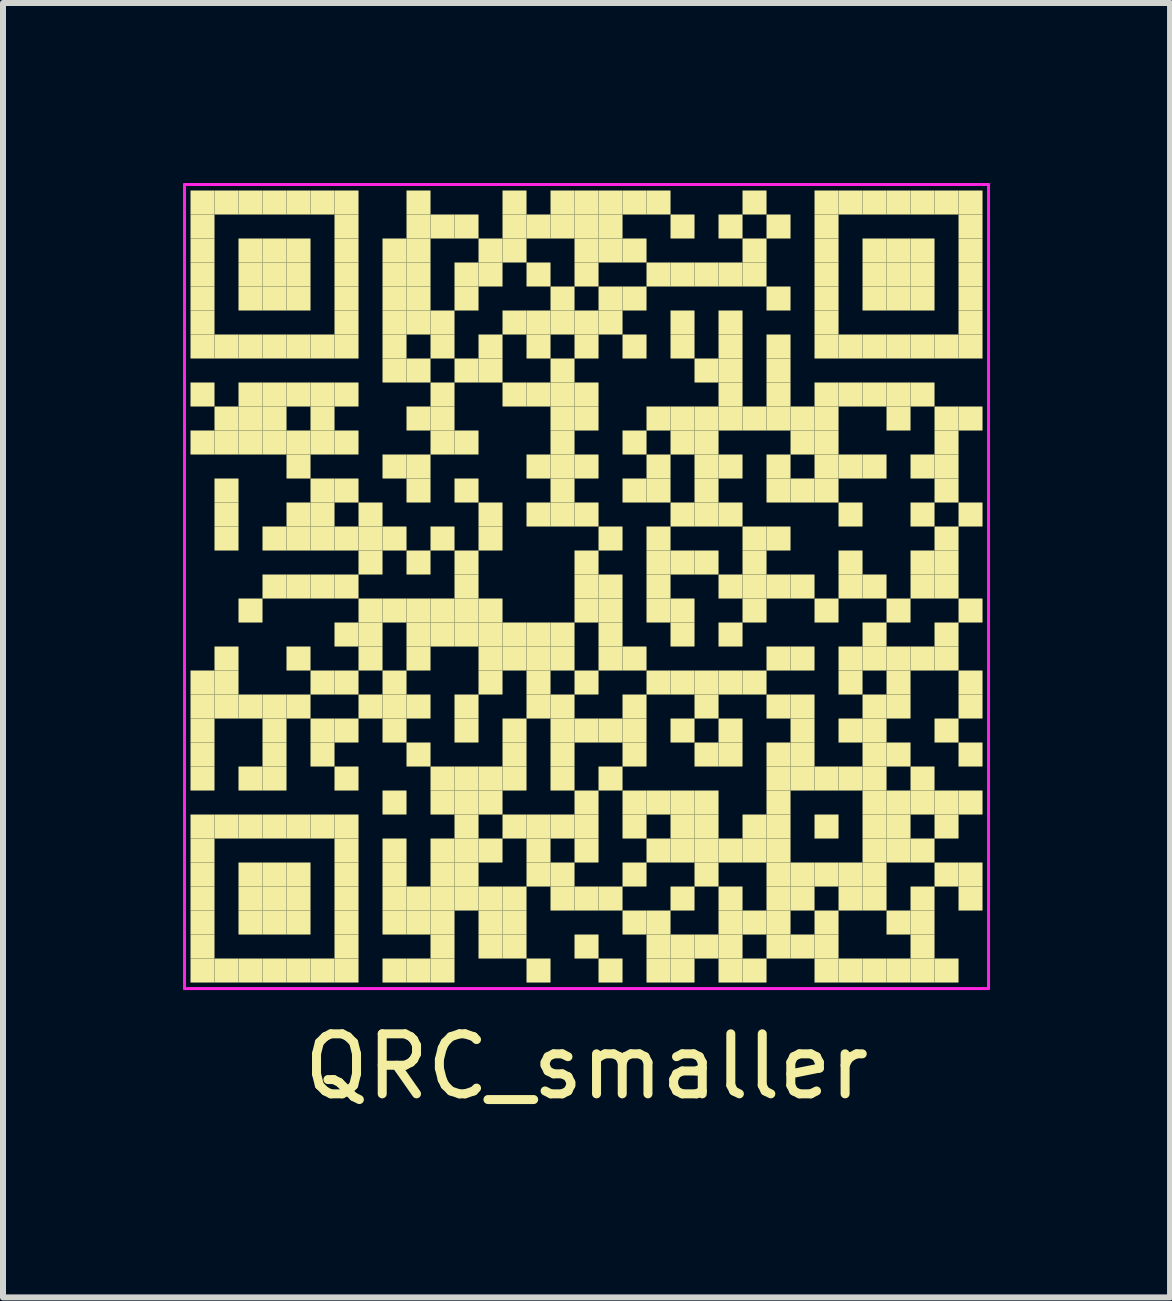
<source format=kicad_pcb>
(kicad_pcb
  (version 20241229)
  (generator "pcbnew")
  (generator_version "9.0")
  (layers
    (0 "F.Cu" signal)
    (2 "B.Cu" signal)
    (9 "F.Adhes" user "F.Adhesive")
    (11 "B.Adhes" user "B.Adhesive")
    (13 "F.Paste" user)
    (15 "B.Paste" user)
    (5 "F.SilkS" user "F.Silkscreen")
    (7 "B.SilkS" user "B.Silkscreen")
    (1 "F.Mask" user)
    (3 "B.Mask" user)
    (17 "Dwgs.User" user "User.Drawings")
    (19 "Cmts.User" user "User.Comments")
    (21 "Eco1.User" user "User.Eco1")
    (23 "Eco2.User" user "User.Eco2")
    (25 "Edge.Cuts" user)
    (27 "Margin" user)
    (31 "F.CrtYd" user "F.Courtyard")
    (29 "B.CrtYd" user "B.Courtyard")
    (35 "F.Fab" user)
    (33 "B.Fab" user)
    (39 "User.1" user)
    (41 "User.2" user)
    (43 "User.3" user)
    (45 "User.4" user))
  (footprint "QRC_smaller"
    (layer "F.Cu")
    (at 6.725 6.725)
    (property "Reference" "QRC_smaller" (at 0 8 0) (layer "F.SilkS") (effects (font (size 1 1) (thickness 0.15))))
    (fp_rect (start -6.6 -6.6) (end -6.2 -6.2) (stroke (width 0) (type solid)) (fill yes) (layer "F.SilkS"))
    (fp_rect (start -6.6 -6.2) (end -6.2 -5.8) (stroke (width 0) (type solid)) (fill yes) (layer "F.SilkS"))
    (fp_rect (start -6.6 -5.8) (end -6.2 -5.4) (stroke (width 0) (type solid)) (fill yes) (layer "F.SilkS"))
    (fp_rect (start -6.6 -5.4) (end -6.2 -5) (stroke (width 0) (type solid)) (fill yes) (layer "F.SilkS"))
    (fp_rect (start -6.6 -5) (end -6.2 -4.6) (stroke (width 0) (type solid)) (fill yes) (layer "F.SilkS"))
    (fp_rect (start -6.6 -4.6) (end -6.2 -4.2) (stroke (width 0) (type solid)) (fill yes) (layer "F.SilkS"))
    (fp_rect (start -6.6 -4.2) (end -6.2 -3.8) (stroke (width 0) (type solid)) (fill yes) (layer "F.SilkS"))
    (fp_rect (start -6.6 -3.4) (end -6.2 -3) (stroke (width 0) (type solid)) (fill yes) (layer "F.SilkS"))
    (fp_rect (start -6.6 -2.6) (end -6.2 -2.2) (stroke (width 0) (type solid)) (fill yes) (layer "F.SilkS"))
    (fp_rect (start -6.6 1.4) (end -6.2 1.8) (stroke (width 0) (type solid)) (fill yes) (layer "F.SilkS"))
    (fp_rect (start -6.6 1.8) (end -6.2 2.2) (stroke (width 0) (type solid)) (fill yes) (layer "F.SilkS"))
    (fp_rect (start -6.6 2.2) (end -6.2 2.6) (stroke (width 0) (type solid)) (fill yes) (layer "F.SilkS"))
    (fp_rect (start -6.6 2.6) (end -6.2 3) (stroke (width 0) (type solid)) (fill yes) (layer "F.SilkS"))
    (fp_rect (start -6.6 3) (end -6.2 3.4) (stroke (width 0) (type solid)) (fill yes) (layer "F.SilkS"))
    (fp_rect (start -6.6 3.8) (end -6.2 4.2) (stroke (width 0) (type solid)) (fill yes) (layer "F.SilkS"))
    (fp_rect (start -6.6 4.2) (end -6.2 4.6) (stroke (width 0) (type solid)) (fill yes) (layer "F.SilkS"))
    (fp_rect (start -6.6 4.6) (end -6.2 5) (stroke (width 0) (type solid)) (fill yes) (layer "F.SilkS"))
    (fp_rect (start -6.6 5) (end -6.2 5.4) (stroke (width 0) (type solid)) (fill yes) (layer "F.SilkS"))
    (fp_rect (start -6.6 5.4) (end -6.2 5.8) (stroke (width 0) (type solid)) (fill yes) (layer "F.SilkS"))
    (fp_rect (start -6.6 5.8) (end -6.2 6.2) (stroke (width 0) (type solid)) (fill yes) (layer "F.SilkS"))
    (fp_rect (start -6.6 6.2) (end -6.2 6.6) (stroke (width 0) (type solid)) (fill yes) (layer "F.SilkS"))
    (fp_rect (start -6.2 -6.6) (end -5.8 -6.2) (stroke (width 0) (type solid)) (fill yes) (layer "F.SilkS"))
    (fp_rect (start -6.2 -4.2) (end -5.8 -3.8) (stroke (width 0) (type solid)) (fill yes) (layer "F.SilkS"))
    (fp_rect (start -6.2 -3) (end -5.8 -2.6) (stroke (width 0) (type solid)) (fill yes) (layer "F.SilkS"))
    (fp_rect (start -6.2 -2.6) (end -5.8 -2.2) (stroke (width 0) (type solid)) (fill yes) (layer "F.SilkS"))
    (fp_rect (start -6.2 -1.8) (end -5.8 -1.4) (stroke (width 0) (type solid)) (fill yes) (layer "F.SilkS"))
    (fp_rect (start -6.2 -1.4) (end -5.8 -1) (stroke (width 0) (type solid)) (fill yes) (layer "F.SilkS"))
    (fp_rect (start -6.2 -1) (end -5.8 -0.6) (stroke (width 0) (type solid)) (fill yes) (layer "F.SilkS"))
    (fp_rect (start -6.2 1) (end -5.8 1.4) (stroke (width 0) (type solid)) (fill yes) (layer "F.SilkS"))
    (fp_rect (start -6.2 1.4) (end -5.8 1.8) (stroke (width 0) (type solid)) (fill yes) (layer "F.SilkS"))
    (fp_rect (start -6.2 1.8) (end -5.8 2.2) (stroke (width 0) (type solid)) (fill yes) (layer "F.SilkS"))
    (fp_rect (start -6.2 3.8) (end -5.8 4.2) (stroke (width 0) (type solid)) (fill yes) (layer "F.SilkS"))
    (fp_rect (start -6.2 6.2) (end -5.8 6.6) (stroke (width 0) (type solid)) (fill yes) (layer "F.SilkS"))
    (fp_rect (start -5.8 -6.6) (end -5.4 -6.2) (stroke (width 0) (type solid)) (fill yes) (layer "F.SilkS"))
    (fp_rect (start -5.8 -5.8) (end -5.4 -5.4) (stroke (width 0) (type solid)) (fill yes) (layer "F.SilkS"))
    (fp_rect (start -5.8 -5.4) (end -5.4 -5) (stroke (width 0) (type solid)) (fill yes) (layer "F.SilkS"))
    (fp_rect (start -5.8 -5) (end -5.4 -4.6) (stroke (width 0) (type solid)) (fill yes) (layer "F.SilkS"))
    (fp_rect (start -5.8 -4.2) (end -5.4 -3.8) (stroke (width 0) (type solid)) (fill yes) (layer "F.SilkS"))
    (fp_rect (start -5.8 -3.4) (end -5.4 -3) (stroke (width 0) (type solid)) (fill yes) (layer "F.SilkS"))
    (fp_rect (start -5.8 -3) (end -5.4 -2.6) (stroke (width 0) (type solid)) (fill yes) (layer "F.SilkS"))
    (fp_rect (start -5.8 -2.6) (end -5.4 -2.2) (stroke (width 0) (type solid)) (fill yes) (layer "F.SilkS"))
    (fp_rect (start -5.8 0.2) (end -5.4 0.6) (stroke (width 0) (type solid)) (fill yes) (layer "F.SilkS"))
    (fp_rect (start -5.8 1.8) (end -5.4 2.2) (stroke (width 0) (type solid)) (fill yes) (layer "F.SilkS"))
    (fp_rect (start -5.8 3) (end -5.4 3.4) (stroke (width 0) (type solid)) (fill yes) (layer "F.SilkS"))
    (fp_rect (start -5.8 3.8) (end -5.4 4.2) (stroke (width 0) (type solid)) (fill yes) (layer "F.SilkS"))
    (fp_rect (start -5.8 4.6) (end -5.4 5) (stroke (width 0) (type solid)) (fill yes) (layer "F.SilkS"))
    (fp_rect (start -5.8 5) (end -5.4 5.4) (stroke (width 0) (type solid)) (fill yes) (layer "F.SilkS"))
    (fp_rect (start -5.8 5.4) (end -5.4 5.8) (stroke (width 0) (type solid)) (fill yes) (layer "F.SilkS"))
    (fp_rect (start -5.8 6.2) (end -5.4 6.6) (stroke (width 0) (type solid)) (fill yes) (layer "F.SilkS"))
    (fp_rect (start -5.4 -6.6) (end -5 -6.2) (stroke (width 0) (type solid)) (fill yes) (layer "F.SilkS"))
    (fp_rect (start -5.4 -5.8) (end -5 -5.4) (stroke (width 0) (type solid)) (fill yes) (layer "F.SilkS"))
    (fp_rect (start -5.4 -5.4) (end -5 -5) (stroke (width 0) (type solid)) (fill yes) (layer "F.SilkS"))
    (fp_rect (start -5.4 -5) (end -5 -4.6) (stroke (width 0) (type solid)) (fill yes) (layer "F.SilkS"))
    (fp_rect (start -5.4 -4.2) (end -5 -3.8) (stroke (width 0) (type solid)) (fill yes) (layer "F.SilkS"))
    (fp_rect (start -5.4 -3.4) (end -5 -3) (stroke (width 0) (type solid)) (fill yes) (layer "F.SilkS"))
    (fp_rect (start -5.4 -3) (end -5 -2.6) (stroke (width 0) (type solid)) (fill yes) (layer "F.SilkS"))
    (fp_rect (start -5.4 -2.6) (end -5 -2.2) (stroke (width 0) (type solid)) (fill yes) (layer "F.SilkS"))
    (fp_rect (start -5.4 -1) (end -5 -0.6) (stroke (width 0) (type solid)) (fill yes) (layer "F.SilkS"))
    (fp_rect (start -5.4 -0.2) (end -5 0.2) (stroke (width 0) (type solid)) (fill yes) (layer "F.SilkS"))
    (fp_rect (start -5.4 1.8) (end -5 2.2) (stroke (width 0) (type solid)) (fill yes) (layer "F.SilkS"))
    (fp_rect (start -5.4 2.2) (end -5 2.6) (stroke (width 0) (type solid)) (fill yes) (layer "F.SilkS"))
    (fp_rect (start -5.4 2.6) (end -5 3) (stroke (width 0) (type solid)) (fill yes) (layer "F.SilkS"))
    (fp_rect (start -5.4 3) (end -5 3.4) (stroke (width 0) (type solid)) (fill yes) (layer "F.SilkS"))
    (fp_rect (start -5.4 3.8) (end -5 4.2) (stroke (width 0) (type solid)) (fill yes) (layer "F.SilkS"))
    (fp_rect (start -5.4 4.6) (end -5 5) (stroke (width 0) (type solid)) (fill yes) (layer "F.SilkS"))
    (fp_rect (start -5.4 5) (end -5 5.4) (stroke (width 0) (type solid)) (fill yes) (layer "F.SilkS"))
    (fp_rect (start -5.4 5.4) (end -5 5.8) (stroke (width 0) (type solid)) (fill yes) (layer "F.SilkS"))
    (fp_rect (start -5.4 6.2) (end -5 6.6) (stroke (width 0) (type solid)) (fill yes) (layer "F.SilkS"))
    (fp_rect (start -5 -6.6) (end -4.6 -6.2) (stroke (width 0) (type solid)) (fill yes) (layer "F.SilkS"))
    (fp_rect (start -5 -5.8) (end -4.6 -5.4) (stroke (width 0) (type solid)) (fill yes) (layer "F.SilkS"))
    (fp_rect (start -5 -5.4) (end -4.6 -5) (stroke (width 0) (type solid)) (fill yes) (layer "F.SilkS"))
    (fp_rect (start -5 -5) (end -4.6 -4.6) (stroke (width 0) (type solid)) (fill yes) (layer "F.SilkS"))
    (fp_rect (start -5 -4.2) (end -4.6 -3.8) (stroke (width 0) (type solid)) (fill yes) (layer "F.SilkS"))
    (fp_rect (start -5 -3.4) (end -4.6 -3) (stroke (width 0) (type solid)) (fill yes) (layer "F.SilkS"))
    (fp_rect (start -5 -2.6) (end -4.6 -2.2) (stroke (width 0) (type solid)) (fill yes) (layer "F.SilkS"))
    (fp_rect (start -5 -2.2) (end -4.6 -1.8) (stroke (width 0) (type solid)) (fill yes) (layer "F.SilkS"))
    (fp_rect (start -5 -1.4) (end -4.6 -1) (stroke (width 0) (type solid)) (fill yes) (layer "F.SilkS"))
    (fp_rect (start -5 -1) (end -4.6 -0.6) (stroke (width 0) (type solid)) (fill yes) (layer "F.SilkS"))
    (fp_rect (start -5 -0.2) (end -4.6 0.2) (stroke (width 0) (type solid)) (fill yes) (layer "F.SilkS"))
    (fp_rect (start -5 1) (end -4.6 1.4) (stroke (width 0) (type solid)) (fill yes) (layer "F.SilkS"))
    (fp_rect (start -5 1.8) (end -4.6 2.2) (stroke (width 0) (type solid)) (fill yes) (layer "F.SilkS"))
    (fp_rect (start -5 3.8) (end -4.6 4.2) (stroke (width 0) (type solid)) (fill yes) (layer "F.SilkS"))
    (fp_rect (start -5 4.6) (end -4.6 5) (stroke (width 0) (type solid)) (fill yes) (layer "F.SilkS"))
    (fp_rect (start -5 5) (end -4.6 5.4) (stroke (width 0) (type solid)) (fill yes) (layer "F.SilkS"))
    (fp_rect (start -5 5.4) (end -4.6 5.8) (stroke (width 0) (type solid)) (fill yes) (layer "F.SilkS"))
    (fp_rect (start -5 6.2) (end -4.6 6.6) (stroke (width 0) (type solid)) (fill yes) (layer "F.SilkS"))
    (fp_rect (start -4.6 -6.6) (end -4.2 -6.2) (stroke (width 0) (type solid)) (fill yes) (layer "F.SilkS"))
    (fp_rect (start -4.6 -4.2) (end -4.2 -3.8) (stroke (width 0) (type solid)) (fill yes) (layer "F.SilkS"))
    (fp_rect (start -4.6 -3.4) (end -4.2 -3) (stroke (width 0) (type solid)) (fill yes) (layer "F.SilkS"))
    (fp_rect (start -4.6 -3) (end -4.2 -2.6) (stroke (width 0) (type solid)) (fill yes) (layer "F.SilkS"))
    (fp_rect (start -4.6 -2.6) (end -4.2 -2.2) (stroke (width 0) (type solid)) (fill yes) (layer "F.SilkS"))
    (fp_rect (start -4.6 -1.8) (end -4.2 -1.4) (stroke (width 0) (type solid)) (fill yes) (layer "F.SilkS"))
    (fp_rect (start -4.6 -1.4) (end -4.2 -1) (stroke (width 0) (type solid)) (fill yes) (layer "F.SilkS"))
    (fp_rect (start -4.6 -1) (end -4.2 -0.6) (stroke (width 0) (type solid)) (fill yes) (layer "F.SilkS"))
    (fp_rect (start -4.6 -0.2) (end -4.2 0.2) (stroke (width 0) (type solid)) (fill yes) (layer "F.SilkS"))
    (fp_rect (start -4.6 1.4) (end -4.2 1.8) (stroke (width 0) (type solid)) (fill yes) (layer "F.SilkS"))
    (fp_rect (start -4.6 2.2) (end -4.2 2.6) (stroke (width 0) (type solid)) (fill yes) (layer "F.SilkS"))
    (fp_rect (start -4.6 2.6) (end -4.2 3) (stroke (width 0) (type solid)) (fill yes) (layer "F.SilkS"))
    (fp_rect (start -4.6 3.8) (end -4.2 4.2) (stroke (width 0) (type solid)) (fill yes) (layer "F.SilkS"))
    (fp_rect (start -4.6 6.2) (end -4.2 6.6) (stroke (width 0) (type solid)) (fill yes) (layer "F.SilkS"))
    (fp_rect (start -4.2 -6.6) (end -3.8 -6.2) (stroke (width 0) (type solid)) (fill yes) (layer "F.SilkS"))
    (fp_rect (start -4.2 -6.2) (end -3.8 -5.8) (stroke (width 0) (type solid)) (fill yes) (layer "F.SilkS"))
    (fp_rect (start -4.2 -5.8) (end -3.8 -5.4) (stroke (width 0) (type solid)) (fill yes) (layer "F.SilkS"))
    (fp_rect (start -4.2 -5.4) (end -3.8 -5) (stroke (width 0) (type solid)) (fill yes) (layer "F.SilkS"))
    (fp_rect (start -4.2 -5) (end -3.8 -4.6) (stroke (width 0) (type solid)) (fill yes) (layer "F.SilkS"))
    (fp_rect (start -4.2 -4.6) (end -3.8 -4.2) (stroke (width 0) (type solid)) (fill yes) (layer "F.SilkS"))
    (fp_rect (start -4.2 -4.2) (end -3.8 -3.8) (stroke (width 0) (type solid)) (fill yes) (layer "F.SilkS"))
    (fp_rect (start -4.2 -3.4) (end -3.8 -3) (stroke (width 0) (type solid)) (fill yes) (layer "F.SilkS"))
    (fp_rect (start -4.2 -2.6) (end -3.8 -2.2) (stroke (width 0) (type solid)) (fill yes) (layer "F.SilkS"))
    (fp_rect (start -4.2 -1.8) (end -3.8 -1.4) (stroke (width 0) (type solid)) (fill yes) (layer "F.SilkS"))
    (fp_rect (start -4.2 -1) (end -3.8 -0.6) (stroke (width 0) (type solid)) (fill yes) (layer "F.SilkS"))
    (fp_rect (start -4.2 -0.2) (end -3.8 0.2) (stroke (width 0) (type solid)) (fill yes) (layer "F.SilkS"))
    (fp_rect (start -4.2 0.6) (end -3.8 1) (stroke (width 0) (type solid)) (fill yes) (layer "F.SilkS"))
    (fp_rect (start -4.2 1.4) (end -3.8 1.8) (stroke (width 0) (type solid)) (fill yes) (layer "F.SilkS"))
    (fp_rect (start -4.2 2.2) (end -3.8 2.6) (stroke (width 0) (type solid)) (fill yes) (layer "F.SilkS"))
    (fp_rect (start -4.2 3) (end -3.8 3.4) (stroke (width 0) (type solid)) (fill yes) (layer "F.SilkS"))
    (fp_rect (start -4.2 3.8) (end -3.8 4.2) (stroke (width 0) (type solid)) (fill yes) (layer "F.SilkS"))
    (fp_rect (start -4.2 4.2) (end -3.8 4.6) (stroke (width 0) (type solid)) (fill yes) (layer "F.SilkS"))
    (fp_rect (start -4.2 4.6) (end -3.8 5) (stroke (width 0) (type solid)) (fill yes) (layer "F.SilkS"))
    (fp_rect (start -4.2 5) (end -3.8 5.4) (stroke (width 0) (type solid)) (fill yes) (layer "F.SilkS"))
    (fp_rect (start -4.2 5.4) (end -3.8 5.8) (stroke (width 0) (type solid)) (fill yes) (layer "F.SilkS"))
    (fp_rect (start -4.2 5.8) (end -3.8 6.2) (stroke (width 0) (type solid)) (fill yes) (layer "F.SilkS"))
    (fp_rect (start -4.2 6.2) (end -3.8 6.6) (stroke (width 0) (type solid)) (fill yes) (layer "F.SilkS"))
    (fp_rect (start -3.8 -1.4) (end -3.4 -1) (stroke (width 0) (type solid)) (fill yes) (layer "F.SilkS"))
    (fp_rect (start -3.8 -1) (end -3.4 -0.6) (stroke (width 0) (type solid)) (fill yes) (layer "F.SilkS"))
    (fp_rect (start -3.8 -0.6) (end -3.4 -0.2) (stroke (width 0) (type solid)) (fill yes) (layer "F.SilkS"))
    (fp_rect (start -3.8 0.2) (end -3.4 0.6) (stroke (width 0) (type solid)) (fill yes) (layer "F.SilkS"))
    (fp_rect (start -3.8 0.6) (end -3.4 1) (stroke (width 0) (type solid)) (fill yes) (layer "F.SilkS"))
    (fp_rect (start -3.8 1) (end -3.4 1.4) (stroke (width 0) (type solid)) (fill yes) (layer "F.SilkS"))
    (fp_rect (start -3.8 1.8) (end -3.4 2.2) (stroke (width 0) (type solid)) (fill yes) (layer "F.SilkS"))
    (fp_rect (start -3.4 -5.8) (end -3 -5.4) (stroke (width 0) (type solid)) (fill yes) (layer "F.SilkS"))
    (fp_rect (start -3.4 -5.4) (end -3 -5) (stroke (width 0) (type solid)) (fill yes) (layer "F.SilkS"))
    (fp_rect (start -3.4 -5) (end -3 -4.6) (stroke (width 0) (type solid)) (fill yes) (layer "F.SilkS"))
    (fp_rect (start -3.4 -4.6) (end -3 -4.2) (stroke (width 0) (type solid)) (fill yes) (layer "F.SilkS"))
    (fp_rect (start -3.4 -4.2) (end -3 -3.8) (stroke (width 0) (type solid)) (fill yes) (layer "F.SilkS"))
    (fp_rect (start -3.4 -3.8) (end -3 -3.4) (stroke (width 0) (type solid)) (fill yes) (layer "F.SilkS"))
    (fp_rect (start -3.4 -2.2) (end -3 -1.8) (stroke (width 0) (type solid)) (fill yes) (layer "F.SilkS"))
    (fp_rect (start -3.4 -1) (end -3 -0.6) (stroke (width 0) (type solid)) (fill yes) (layer "F.SilkS"))
    (fp_rect (start -3.4 0.2) (end -3 0.6) (stroke (width 0) (type solid)) (fill yes) (layer "F.SilkS"))
    (fp_rect (start -3.4 1.4) (end -3 1.8) (stroke (width 0) (type solid)) (fill yes) (layer "F.SilkS"))
    (fp_rect (start -3.4 1.8) (end -3 2.2) (stroke (width 0) (type solid)) (fill yes) (layer "F.SilkS"))
    (fp_rect (start -3.4 2.2) (end -3 2.6) (stroke (width 0) (type solid)) (fill yes) (layer "F.SilkS"))
    (fp_rect (start -3.4 3.4) (end -3 3.8) (stroke (width 0) (type solid)) (fill yes) (layer "F.SilkS"))
    (fp_rect (start -3.4 4.2) (end -3 4.6) (stroke (width 0) (type solid)) (fill yes) (layer "F.SilkS"))
    (fp_rect (start -3.4 4.6) (end -3 5) (stroke (width 0) (type solid)) (fill yes) (layer "F.SilkS"))
    (fp_rect (start -3.4 5) (end -3 5.4) (stroke (width 0) (type solid)) (fill yes) (layer "F.SilkS"))
    (fp_rect (start -3.4 5.4) (end -3 5.8) (stroke (width 0) (type solid)) (fill yes) (layer "F.SilkS"))
    (fp_rect (start -3.4 6.2) (end -3 6.6) (stroke (width 0) (type solid)) (fill yes) (layer "F.SilkS"))
    (fp_rect (start -3 -6.6) (end -2.6 -6.2) (stroke (width 0) (type solid)) (fill yes) (layer "F.SilkS"))
    (fp_rect (start -3 -6.2) (end -2.6 -5.8) (stroke (width 0) (type solid)) (fill yes) (layer "F.SilkS"))
    (fp_rect (start -3 -5.8) (end -2.6 -5.4) (stroke (width 0) (type solid)) (fill yes) (layer "F.SilkS"))
    (fp_rect (start -3 -5.4) (end -2.6 -5) (stroke (width 0) (type solid)) (fill yes) (layer "F.SilkS"))
    (fp_rect (start -3 -5) (end -2.6 -4.6) (stroke (width 0) (type solid)) (fill yes) (layer "F.SilkS"))
    (fp_rect (start -3 -4.6) (end -2.6 -4.2) (stroke (width 0) (type solid)) (fill yes) (layer "F.SilkS"))
    (fp_rect (start -3 -3.8) (end -2.6 -3.4) (stroke (width 0) (type solid)) (fill yes) (layer "F.SilkS"))
    (fp_rect (start -3 -3) (end -2.6 -2.6) (stroke (width 0) (type solid)) (fill yes) (layer "F.SilkS"))
    (fp_rect (start -3 -2.2) (end -2.6 -1.8) (stroke (width 0) (type solid)) (fill yes) (layer "F.SilkS"))
    (fp_rect (start -3 -1.8) (end -2.6 -1.4) (stroke (width 0) (type solid)) (fill yes) (layer "F.SilkS"))
    (fp_rect (start -3 -0.6) (end -2.6 -0.2) (stroke (width 0) (type solid)) (fill yes) (layer "F.SilkS"))
    (fp_rect (start -3 0.2) (end -2.6 0.6) (stroke (width 0) (type solid)) (fill yes) (layer "F.SilkS"))
    (fp_rect (start -3 0.6) (end -2.6 1) (stroke (width 0) (type solid)) (fill yes) (layer "F.SilkS"))
    (fp_rect (start -3 1) (end -2.6 1.4) (stroke (width 0) (type solid)) (fill yes) (layer "F.SilkS"))
    (fp_rect (start -3 1.8) (end -2.6 2.2) (stroke (width 0) (type solid)) (fill yes) (layer "F.SilkS"))
    (fp_rect (start -3 2.6) (end -2.6 3) (stroke (width 0) (type solid)) (fill yes) (layer "F.SilkS"))
    (fp_rect (start -3 5) (end -2.6 5.4) (stroke (width 0) (type solid)) (fill yes) (layer "F.SilkS"))
    (fp_rect (start -3 5.4) (end -2.6 5.8) (stroke (width 0) (type solid)) (fill yes) (layer "F.SilkS"))
    (fp_rect (start -3 6.2) (end -2.6 6.6) (stroke (width 0) (type solid)) (fill yes) (layer "F.SilkS"))
    (fp_rect (start -2.6 -6.2) (end -2.2 -5.8) (stroke (width 0) (type solid)) (fill yes) (layer "F.SilkS"))
    (fp_rect (start -2.6 -4.6) (end -2.2 -4.2) (stroke (width 0) (type solid)) (fill yes) (layer "F.SilkS"))
    (fp_rect (start -2.6 -4.2) (end -2.2 -3.8) (stroke (width 0) (type solid)) (fill yes) (layer "F.SilkS"))
    (fp_rect (start -2.6 -3.4) (end -2.2 -3) (stroke (width 0) (type solid)) (fill yes) (layer "F.SilkS"))
    (fp_rect (start -2.6 -3) (end -2.2 -2.6) (stroke (width 0) (type solid)) (fill yes) (layer "F.SilkS"))
    (fp_rect (start -2.6 -2.6) (end -2.2 -2.2) (stroke (width 0) (type solid)) (fill yes) (layer "F.SilkS"))
    (fp_rect (start -2.6 -1) (end -2.2 -0.6) (stroke (width 0) (type solid)) (fill yes) (layer "F.SilkS"))
    (fp_rect (start -2.6 0.2) (end -2.2 0.6) (stroke (width 0) (type solid)) (fill yes) (layer "F.SilkS"))
    (fp_rect (start -2.6 0.6) (end -2.2 1) (stroke (width 0) (type solid)) (fill yes) (layer "F.SilkS"))
    (fp_rect (start -2.6 3) (end -2.2 3.4) (stroke (width 0) (type solid)) (fill yes) (layer "F.SilkS"))
    (fp_rect (start -2.6 3.4) (end -2.2 3.8) (stroke (width 0) (type solid)) (fill yes) (layer "F.SilkS"))
    (fp_rect (start -2.6 4.2) (end -2.2 4.6) (stroke (width 0) (type solid)) (fill yes) (layer "F.SilkS"))
    (fp_rect (start -2.6 4.6) (end -2.2 5) (stroke (width 0) (type solid)) (fill yes) (layer "F.SilkS"))
    (fp_rect (start -2.6 5) (end -2.2 5.4) (stroke (width 0) (type solid)) (fill yes) (layer "F.SilkS"))
    (fp_rect (start -2.6 5.4) (end -2.2 5.8) (stroke (width 0) (type solid)) (fill yes) (layer "F.SilkS"))
    (fp_rect (start -2.6 5.8) (end -2.2 6.2) (stroke (width 0) (type solid)) (fill yes) (layer "F.SilkS"))
    (fp_rect (start -2.6 6.2) (end -2.2 6.6) (stroke (width 0) (type solid)) (fill yes) (layer "F.SilkS"))
    (fp_rect (start -2.2 -6.2) (end -1.8 -5.8) (stroke (width 0) (type solid)) (fill yes) (layer "F.SilkS"))
    (fp_rect (start -2.2 -5.4) (end -1.8 -5) (stroke (width 0) (type solid)) (fill yes) (layer "F.SilkS"))
    (fp_rect (start -2.2 -5) (end -1.8 -4.6) (stroke (width 0) (type solid)) (fill yes) (layer "F.SilkS"))
    (fp_rect (start -2.2 -3.8) (end -1.8 -3.4) (stroke (width 0) (type solid)) (fill yes) (layer "F.SilkS"))
    (fp_rect (start -2.2 -2.6) (end -1.8 -2.2) (stroke (width 0) (type solid)) (fill yes) (layer "F.SilkS"))
    (fp_rect (start -2.2 -1.8) (end -1.8 -1.4) (stroke (width 0) (type solid)) (fill yes) (layer "F.SilkS"))
    (fp_rect (start -2.2 -0.6) (end -1.8 -0.2) (stroke (width 0) (type solid)) (fill yes) (layer "F.SilkS"))
    (fp_rect (start -2.2 -0.2) (end -1.8 0.2) (stroke (width 0) (type solid)) (fill yes) (layer "F.SilkS"))
    (fp_rect (start -2.2 0.2) (end -1.8 0.6) (stroke (width 0) (type solid)) (fill yes) (layer "F.SilkS"))
    (fp_rect (start -2.2 0.6) (end -1.8 1) (stroke (width 0) (type solid)) (fill yes) (layer "F.SilkS"))
    (fp_rect (start -2.2 1.8) (end -1.8 2.2) (stroke (width 0) (type solid)) (fill yes) (layer "F.SilkS"))
    (fp_rect (start -2.2 2.2) (end -1.8 2.6) (stroke (width 0) (type solid)) (fill yes) (layer "F.SilkS"))
    (fp_rect (start -2.2 3) (end -1.8 3.4) (stroke (width 0) (type solid)) (fill yes) (layer "F.SilkS"))
    (fp_rect (start -2.2 3.4) (end -1.8 3.8) (stroke (width 0) (type solid)) (fill yes) (layer "F.SilkS"))
    (fp_rect (start -2.2 3.8) (end -1.8 4.2) (stroke (width 0) (type solid)) (fill yes) (layer "F.SilkS"))
    (fp_rect (start -2.2 4.2) (end -1.8 4.6) (stroke (width 0) (type solid)) (fill yes) (layer "F.SilkS"))
    (fp_rect (start -2.2 4.6) (end -1.8 5) (stroke (width 0) (type solid)) (fill yes) (layer "F.SilkS"))
    (fp_rect (start -2.2 5) (end -1.8 5.4) (stroke (width 0) (type solid)) (fill yes) (layer "F.SilkS"))
    (fp_rect (start -1.8 -5.8) (end -1.4 -5.4) (stroke (width 0) (type solid)) (fill yes) (layer "F.SilkS"))
    (fp_rect (start -1.8 -5.4) (end -1.4 -5) (stroke (width 0) (type solid)) (fill yes) (layer "F.SilkS"))
    (fp_rect (start -1.8 -4.2) (end -1.4 -3.8) (stroke (width 0) (type solid)) (fill yes) (layer "F.SilkS"))
    (fp_rect (start -1.8 -3.8) (end -1.4 -3.4) (stroke (width 0) (type solid)) (fill yes) (layer "F.SilkS"))
    (fp_rect (start -1.8 -1.4) (end -1.4 -1) (stroke (width 0) (type solid)) (fill yes) (layer "F.SilkS"))
    (fp_rect (start -1.8 -1) (end -1.4 -0.6) (stroke (width 0) (type solid)) (fill yes) (layer "F.SilkS"))
    (fp_rect (start -1.8 0.2) (end -1.4 0.6) (stroke (width 0) (type solid)) (fill yes) (layer "F.SilkS"))
    (fp_rect (start -1.8 0.6) (end -1.4 1) (stroke (width 0) (type solid)) (fill yes) (layer "F.SilkS"))
    (fp_rect (start -1.8 1) (end -1.4 1.4) (stroke (width 0) (type solid)) (fill yes) (layer "F.SilkS"))
    (fp_rect (start -1.8 1.4) (end -1.4 1.8) (stroke (width 0) (type solid)) (fill yes) (layer "F.SilkS"))
    (fp_rect (start -1.8 3) (end -1.4 3.4) (stroke (width 0) (type solid)) (fill yes) (layer "F.SilkS"))
    (fp_rect (start -1.8 3.4) (end -1.4 3.8) (stroke (width 0) (type solid)) (fill yes) (layer "F.SilkS"))
    (fp_rect (start -1.8 4.2) (end -1.4 4.6) (stroke (width 0) (type solid)) (fill yes) (layer "F.SilkS"))
    (fp_rect (start -1.8 5) (end -1.4 5.4) (stroke (width 0) (type solid)) (fill yes) (layer "F.SilkS"))
    (fp_rect (start -1.8 5.4) (end -1.4 5.8) (stroke (width 0) (type solid)) (fill yes) (layer "F.SilkS"))
    (fp_rect (start -1.8 5.8) (end -1.4 6.2) (stroke (width 0) (type solid)) (fill yes) (layer "F.SilkS"))
    (fp_rect (start -1.4 -6.6) (end -1 -6.2) (stroke (width 0) (type solid)) (fill yes) (layer "F.SilkS"))
    (fp_rect (start -1.4 -6.2) (end -1 -5.8) (stroke (width 0) (type solid)) (fill yes) (layer "F.SilkS"))
    (fp_rect (start -1.4 -5.8) (end -1 -5.4) (stroke (width 0) (type solid)) (fill yes) (layer "F.SilkS"))
    (fp_rect (start -1.4 -4.6) (end -1 -4.2) (stroke (width 0) (type solid)) (fill yes) (layer "F.SilkS"))
    (fp_rect (start -1.4 -3.4) (end -1 -3) (stroke (width 0) (type solid)) (fill yes) (layer "F.SilkS"))
    (fp_rect (start -1.4 0.6) (end -1 1) (stroke (width 0) (type solid)) (fill yes) (layer "F.SilkS"))
    (fp_rect (start -1.4 1) (end -1 1.4) (stroke (width 0) (type solid)) (fill yes) (layer "F.SilkS"))
    (fp_rect (start -1.4 2.2) (end -1 2.6) (stroke (width 0) (type solid)) (fill yes) (layer "F.SilkS"))
    (fp_rect (start -1.4 2.6) (end -1 3) (stroke (width 0) (type solid)) (fill yes) (layer "F.SilkS"))
    (fp_rect (start -1.4 3) (end -1 3.4) (stroke (width 0) (type solid)) (fill yes) (layer "F.SilkS"))
    (fp_rect (start -1.4 3.8) (end -1 4.2) (stroke (width 0) (type solid)) (fill yes) (layer "F.SilkS"))
    (fp_rect (start -1.4 5) (end -1 5.4) (stroke (width 0) (type solid)) (fill yes) (layer "F.SilkS"))
    (fp_rect (start -1.4 5.4) (end -1 5.8) (stroke (width 0) (type solid)) (fill yes) (layer "F.SilkS"))
    (fp_rect (start -1.4 5.8) (end -1 6.2) (stroke (width 0) (type solid)) (fill yes) (layer "F.SilkS"))
    (fp_rect (start -1 -6.2) (end -0.6 -5.8) (stroke (width 0) (type solid)) (fill yes) (layer "F.SilkS"))
    (fp_rect (start -1 -5.4) (end -0.6 -5) (stroke (width 0) (type solid)) (fill yes) (layer "F.SilkS"))
    (fp_rect (start -1 -4.6) (end -0.6 -4.2) (stroke (width 0) (type solid)) (fill yes) (layer "F.SilkS"))
    (fp_rect (start -1 -4.2) (end -0.6 -3.8) (stroke (width 0) (type solid)) (fill yes) (layer "F.SilkS"))
    (fp_rect (start -1 -3.4) (end -0.6 -3) (stroke (width 0) (type solid)) (fill yes) (layer "F.SilkS"))
    (fp_rect (start -1 -2.2) (end -0.6 -1.8) (stroke (width 0) (type solid)) (fill yes) (layer "F.SilkS"))
    (fp_rect (start -1 -1.4) (end -0.6 -1) (stroke (width 0) (type solid)) (fill yes) (layer "F.SilkS"))
    (fp_rect (start -1 0.6) (end -0.6 1) (stroke (width 0) (type solid)) (fill yes) (layer "F.SilkS"))
    (fp_rect (start -1 1) (end -0.6 1.4) (stroke (width 0) (type solid)) (fill yes) (layer "F.SilkS"))
    (fp_rect (start -1 1.4) (end -0.6 1.8) (stroke (width 0) (type solid)) (fill yes) (layer "F.SilkS"))
    (fp_rect (start -1 1.8) (end -0.6 2.2) (stroke (width 0) (type solid)) (fill yes) (layer "F.SilkS"))
    (fp_rect (start -1 3.8) (end -0.6 4.2) (stroke (width 0) (type solid)) (fill yes) (layer "F.SilkS"))
    (fp_rect (start -1 4.2) (end -0.6 4.6) (stroke (width 0) (type solid)) (fill yes) (layer "F.SilkS"))
    (fp_rect (start -1 4.6) (end -0.6 5) (stroke (width 0) (type solid)) (fill yes) (layer "F.SilkS"))
    (fp_rect (start -1 6.2) (end -0.6 6.6) (stroke (width 0) (type solid)) (fill yes) (layer "F.SilkS"))
    (fp_rect (start -0.6 -6.6) (end -0.2 -6.2) (stroke (width 0) (type solid)) (fill yes) (layer "F.SilkS"))
    (fp_rect (start -0.6 -6.2) (end -0.2 -5.8) (stroke (width 0) (type solid)) (fill yes) (layer "F.SilkS"))
    (fp_rect (start -0.6 -5) (end -0.2 -4.6) (stroke (width 0) (type solid)) (fill yes) (layer "F.SilkS"))
    (fp_rect (start -0.6 -4.6) (end -0.2 -4.2) (stroke (width 0) (type solid)) (fill yes) (layer "F.SilkS"))
    (fp_rect (start -0.6 -3.8) (end -0.2 -3.4) (stroke (width 0) (type solid)) (fill yes) (layer "F.SilkS"))
    (fp_rect (start -0.6 -3.4) (end -0.2 -3) (stroke (width 0) (type solid)) (fill yes) (layer "F.SilkS"))
    (fp_rect (start -0.6 -3) (end -0.2 -2.6) (stroke (width 0) (type solid)) (fill yes) (layer "F.SilkS"))
    (fp_rect (start -0.6 -2.6) (end -0.2 -2.2) (stroke (width 0) (type solid)) (fill yes) (layer "F.SilkS"))
    (fp_rect (start -0.6 -2.2) (end -0.2 -1.8) (stroke (width 0) (type solid)) (fill yes) (layer "F.SilkS"))
    (fp_rect (start -0.6 -1.8) (end -0.2 -1.4) (stroke (width 0) (type solid)) (fill yes) (layer "F.SilkS"))
    (fp_rect (start -0.6 -1.4) (end -0.2 -1) (stroke (width 0) (type solid)) (fill yes) (layer "F.SilkS"))
    (fp_rect (start -0.6 0.6) (end -0.2 1) (stroke (width 0) (type solid)) (fill yes) (layer "F.SilkS"))
    (fp_rect (start -0.6 1) (end -0.2 1.4) (stroke (width 0) (type solid)) (fill yes) (layer "F.SilkS"))
    (fp_rect (start -0.6 1.8) (end -0.2 2.2) (stroke (width 0) (type solid)) (fill yes) (layer "F.SilkS"))
    (fp_rect (start -0.6 2.2) (end -0.2 2.6) (stroke (width 0) (type solid)) (fill yes) (layer "F.SilkS"))
    (fp_rect (start -0.6 2.6) (end -0.2 3) (stroke (width 0) (type solid)) (fill yes) (layer "F.SilkS"))
    (fp_rect (start -0.6 3) (end -0.2 3.4) (stroke (width 0) (type solid)) (fill yes) (layer "F.SilkS"))
    (fp_rect (start -0.6 3.8) (end -0.2 4.2) (stroke (width 0) (type solid)) (fill yes) (layer "F.SilkS"))
    (fp_rect (start -0.6 4.6) (end -0.2 5) (stroke (width 0) (type solid)) (fill yes) (layer "F.SilkS"))
    (fp_rect (start -0.6 5) (end -0.2 5.4) (stroke (width 0) (type solid)) (fill yes) (layer "F.SilkS"))
    (fp_rect (start -0.2 -6.6) (end 0.2 -6.2) (stroke (width 0) (type solid)) (fill yes) (layer "F.SilkS"))
    (fp_rect (start -0.2 -6.2) (end 0.2 -5.8) (stroke (width 0) (type solid)) (fill yes) (layer "F.SilkS"))
    (fp_rect (start -0.2 -5.8) (end 0.2 -5.4) (stroke (width 0) (type solid)) (fill yes) (layer "F.SilkS"))
    (fp_rect (start -0.2 -5.4) (end 0.2 -5) (stroke (width 0) (type solid)) (fill yes) (layer "F.SilkS"))
    (fp_rect (start -0.2 -4.6) (end 0.2 -4.2) (stroke (width 0) (type solid)) (fill yes) (layer "F.SilkS"))
    (fp_rect (start -0.2 -4.2) (end 0.2 -3.8) (stroke (width 0) (type solid)) (fill yes) (layer "F.SilkS"))
    (fp_rect (start -0.2 -3.4) (end 0.2 -3) (stroke (width 0) (type solid)) (fill yes) (layer "F.SilkS"))
    (fp_rect (start -0.2 -3) (end 0.2 -2.6) (stroke (width 0) (type solid)) (fill yes) (layer "F.SilkS"))
    (fp_rect (start -0.2 -2.2) (end 0.2 -1.8) (stroke (width 0) (type solid)) (fill yes) (layer "F.SilkS"))
    (fp_rect (start -0.2 -1.4) (end 0.2 -1) (stroke (width 0) (type solid)) (fill yes) (layer "F.SilkS"))
    (fp_rect (start -0.2 -0.6) (end 0.2 -0.2) (stroke (width 0) (type solid)) (fill yes) (layer "F.SilkS"))
    (fp_rect (start -0.2 -0.2) (end 0.2 0.2) (stroke (width 0) (type solid)) (fill yes) (layer "F.SilkS"))
    (fp_rect (start -0.2 0.2) (end 0.2 0.6) (stroke (width 0) (type solid)) (fill yes) (layer "F.SilkS"))
    (fp_rect (start -0.2 1.4) (end 0.2 1.8) (stroke (width 0) (type solid)) (fill yes) (layer "F.SilkS"))
    (fp_rect (start -0.2 2.2) (end 0.2 2.6) (stroke (width 0) (type solid)) (fill yes) (layer "F.SilkS"))
    (fp_rect (start -0.2 3.4) (end 0.2 3.8) (stroke (width 0) (type solid)) (fill yes) (layer "F.SilkS"))
    (fp_rect (start -0.2 3.8) (end 0.2 4.2) (stroke (width 0) (type solid)) (fill yes) (layer "F.SilkS"))
    (fp_rect (start -0.2 4.2) (end 0.2 4.6) (stroke (width 0) (type solid)) (fill yes) (layer "F.SilkS"))
    (fp_rect (start -0.2 5) (end 0.2 5.4) (stroke (width 0) (type solid)) (fill yes) (layer "F.SilkS"))
    (fp_rect (start -0.2 5.8) (end 0.2 6.2) (stroke (width 0) (type solid)) (fill yes) (layer "F.SilkS"))
    (fp_rect (start 0.2 -6.6) (end 0.6 -6.2) (stroke (width 0) (type solid)) (fill yes) (layer "F.SilkS"))
    (fp_rect (start 0.2 -6.2) (end 0.6 -5.8) (stroke (width 0) (type solid)) (fill yes) (layer "F.SilkS"))
    (fp_rect (start 0.2 -5.8) (end 0.6 -5.4) (stroke (width 0) (type solid)) (fill yes) (layer "F.SilkS"))
    (fp_rect (start 0.2 -5) (end 0.6 -4.6) (stroke (width 0) (type solid)) (fill yes) (layer "F.SilkS"))
    (fp_rect (start 0.2 -4.6) (end 0.6 -4.2) (stroke (width 0) (type solid)) (fill yes) (layer "F.SilkS"))
    (fp_rect (start 0.2 -1) (end 0.6 -0.6) (stroke (width 0) (type solid)) (fill yes) (layer "F.SilkS"))
    (fp_rect (start 0.2 -0.2) (end 0.6 0.2) (stroke (width 0) (type solid)) (fill yes) (layer "F.SilkS"))
    (fp_rect (start 0.2 0.2) (end 0.6 0.6) (stroke (width 0) (type solid)) (fill yes) (layer "F.SilkS"))
    (fp_rect (start 0.2 0.6) (end 0.6 1) (stroke (width 0) (type solid)) (fill yes) (layer "F.SilkS"))
    (fp_rect (start 0.2 1) (end 0.6 1.4) (stroke (width 0) (type solid)) (fill yes) (layer "F.SilkS"))
    (fp_rect (start 0.2 2.2) (end 0.6 2.6) (stroke (width 0) (type solid)) (fill yes) (layer "F.SilkS"))
    (fp_rect (start 0.2 3) (end 0.6 3.4) (stroke (width 0) (type solid)) (fill yes) (layer "F.SilkS"))
    (fp_rect (start 0.2 5) (end 0.6 5.4) (stroke (width 0) (type solid)) (fill yes) (layer "F.SilkS"))
    (fp_rect (start 0.2 6.2) (end 0.6 6.6) (stroke (width 0) (type solid)) (fill yes) (layer "F.SilkS"))
    (fp_rect (start 0.6 -6.6) (end 1 -6.2) (stroke (width 0) (type solid)) (fill yes) (layer "F.SilkS"))
    (fp_rect (start 0.6 -5.8) (end 1 -5.4) (stroke (width 0) (type solid)) (fill yes) (layer "F.SilkS"))
    (fp_rect (start 0.6 -5) (end 1 -4.6) (stroke (width 0) (type solid)) (fill yes) (layer "F.SilkS"))
    (fp_rect (start 0.6 -4.2) (end 1 -3.8) (stroke (width 0) (type solid)) (fill yes) (layer "F.SilkS"))
    (fp_rect (start 0.6 -2.6) (end 1 -2.2) (stroke (width 0) (type solid)) (fill yes) (layer "F.SilkS"))
    (fp_rect (start 0.6 -1.8) (end 1 -1.4) (stroke (width 0) (type solid)) (fill yes) (layer "F.SilkS"))
    (fp_rect (start 0.6 1) (end 1 1.4) (stroke (width 0) (type solid)) (fill yes) (layer "F.SilkS"))
    (fp_rect (start 0.6 1.8) (end 1 2.2) (stroke (width 0) (type solid)) (fill yes) (layer "F.SilkS"))
    (fp_rect (start 0.6 2.2) (end 1 2.6) (stroke (width 0) (type solid)) (fill yes) (layer "F.SilkS"))
    (fp_rect (start 0.6 2.6) (end 1 3) (stroke (width 0) (type solid)) (fill yes) (layer "F.SilkS"))
    (fp_rect (start 0.6 3.4) (end 1 3.8) (stroke (width 0) (type solid)) (fill yes) (layer "F.SilkS"))
    (fp_rect (start 0.6 3.8) (end 1 4.2) (stroke (width 0) (type solid)) (fill yes) (layer "F.SilkS"))
    (fp_rect (start 0.6 4.6) (end 1 5) (stroke (width 0) (type solid)) (fill yes) (layer "F.SilkS"))
    (fp_rect (start 0.6 5.4) (end 1 5.8) (stroke (width 0) (type solid)) (fill yes) (layer "F.SilkS"))
    (fp_rect (start 1 -6.6) (end 1.4 -6.2) (stroke (width 0) (type solid)) (fill yes) (layer "F.SilkS"))
    (fp_rect (start 1 -5.4) (end 1.4 -5) (stroke (width 0) (type solid)) (fill yes) (layer "F.SilkS"))
    (fp_rect (start 1 -3) (end 1.4 -2.6) (stroke (width 0) (type solid)) (fill yes) (layer "F.SilkS"))
    (fp_rect (start 1 -2.2) (end 1.4 -1.8) (stroke (width 0) (type solid)) (fill yes) (layer "F.SilkS"))
    (fp_rect (start 1 -1.8) (end 1.4 -1.4) (stroke (width 0) (type solid)) (fill yes) (layer "F.SilkS"))
    (fp_rect (start 1 -1) (end 1.4 -0.6) (stroke (width 0) (type solid)) (fill yes) (layer "F.SilkS"))
    (fp_rect (start 1 -0.6) (end 1.4 -0.2) (stroke (width 0) (type solid)) (fill yes) (layer "F.SilkS"))
    (fp_rect (start 1 -0.2) (end 1.4 0.2) (stroke (width 0) (type solid)) (fill yes) (layer "F.SilkS"))
    (fp_rect (start 1 0.2) (end 1.4 0.6) (stroke (width 0) (type solid)) (fill yes) (layer "F.SilkS"))
    (fp_rect (start 1 1.4) (end 1.4 1.8) (stroke (width 0) (type solid)) (fill yes) (layer "F.SilkS"))
    (fp_rect (start 1 3.4) (end 1.4 3.8) (stroke (width 0) (type solid)) (fill yes) (layer "F.SilkS"))
    (fp_rect (start 1 4.2) (end 1.4 4.6) (stroke (width 0) (type solid)) (fill yes) (layer "F.SilkS"))
    (fp_rect (start 1 5.4) (end 1.4 5.8) (stroke (width 0) (type solid)) (fill yes) (layer "F.SilkS"))
    (fp_rect (start 1 5.8) (end 1.4 6.2) (stroke (width 0) (type solid)) (fill yes) (layer "F.SilkS"))
    (fp_rect (start 1 6.2) (end 1.4 6.6) (stroke (width 0) (type solid)) (fill yes) (layer "F.SilkS"))
    (fp_rect (start 1.4 -6.2) (end 1.8 -5.8) (stroke (width 0) (type solid)) (fill yes) (layer "F.SilkS"))
    (fp_rect (start 1.4 -5.4) (end 1.8 -5) (stroke (width 0) (type solid)) (fill yes) (layer "F.SilkS"))
    (fp_rect (start 1.4 -4.6) (end 1.8 -4.2) (stroke (width 0) (type solid)) (fill yes) (layer "F.SilkS"))
    (fp_rect (start 1.4 -4.2) (end 1.8 -3.8) (stroke (width 0) (type solid)) (fill yes) (layer "F.SilkS"))
    (fp_rect (start 1.4 -3) (end 1.8 -2.6) (stroke (width 0) (type solid)) (fill yes) (layer "F.SilkS"))
    (fp_rect (start 1.4 -2.6) (end 1.8 -2.2) (stroke (width 0) (type solid)) (fill yes) (layer "F.SilkS"))
    (fp_rect (start 1.4 -1.4) (end 1.8 -1) (stroke (width 0) (type solid)) (fill yes) (layer "F.SilkS"))
    (fp_rect (start 1.4 -0.6) (end 1.8 -0.2) (stroke (width 0) (type solid)) (fill yes) (layer "F.SilkS"))
    (fp_rect (start 1.4 0.2) (end 1.8 0.6) (stroke (width 0) (type solid)) (fill yes) (layer "F.SilkS"))
    (fp_rect (start 1.4 0.6) (end 1.8 1) (stroke (width 0) (type solid)) (fill yes) (layer "F.SilkS"))
    (fp_rect (start 1.4 1.4) (end 1.8 1.8) (stroke (width 0) (type solid)) (fill yes) (layer "F.SilkS"))
    (fp_rect (start 1.4 2.2) (end 1.8 2.6) (stroke (width 0) (type solid)) (fill yes) (layer "F.SilkS"))
    (fp_rect (start 1.4 3.4) (end 1.8 3.8) (stroke (width 0) (type solid)) (fill yes) (layer "F.SilkS"))
    (fp_rect (start 1.4 3.8) (end 1.8 4.2) (stroke (width 0) (type solid)) (fill yes) (layer "F.SilkS"))
    (fp_rect (start 1.4 4.2) (end 1.8 4.6) (stroke (width 0) (type solid)) (fill yes) (layer "F.SilkS"))
    (fp_rect (start 1.4 5) (end 1.8 5.4) (stroke (width 0) (type solid)) (fill yes) (layer "F.SilkS"))
    (fp_rect (start 1.4 5.8) (end 1.8 6.2) (stroke (width 0) (type solid)) (fill yes) (layer "F.SilkS"))
    (fp_rect (start 1.4 6.2) (end 1.8 6.6) (stroke (width 0) (type solid)) (fill yes) (layer "F.SilkS"))
    (fp_rect (start 1.8 -5.4) (end 2.2 -5) (stroke (width 0) (type solid)) (fill yes) (layer "F.SilkS"))
    (fp_rect (start 1.8 -3.8) (end 2.2 -3.4) (stroke (width 0) (type solid)) (fill yes) (layer "F.SilkS"))
    (fp_rect (start 1.8 -3) (end 2.2 -2.6) (stroke (width 0) (type solid)) (fill yes) (layer "F.SilkS"))
    (fp_rect (start 1.8 -2.6) (end 2.2 -2.2) (stroke (width 0) (type solid)) (fill yes) (layer "F.SilkS"))
    (fp_rect (start 1.8 -2.2) (end 2.2 -1.8) (stroke (width 0) (type solid)) (fill yes) (layer "F.SilkS"))
    (fp_rect (start 1.8 -1.8) (end 2.2 -1.4) (stroke (width 0) (type solid)) (fill yes) (layer "F.SilkS"))
    (fp_rect (start 1.8 -1.4) (end 2.2 -1) (stroke (width 0) (type solid)) (fill yes) (layer "F.SilkS"))
    (fp_rect (start 1.8 -0.6) (end 2.2 -0.2) (stroke (width 0) (type solid)) (fill yes) (layer "F.SilkS"))
    (fp_rect (start 1.8 1.4) (end 2.2 1.8) (stroke (width 0) (type solid)) (fill yes) (layer "F.SilkS"))
    (fp_rect (start 1.8 1.8) (end 2.2 2.2) (stroke (width 0) (type solid)) (fill yes) (layer "F.SilkS"))
    (fp_rect (start 1.8 2.6) (end 2.2 3) (stroke (width 0) (type solid)) (fill yes) (layer "F.SilkS"))
    (fp_rect (start 1.8 3.4) (end 2.2 3.8) (stroke (width 0) (type solid)) (fill yes) (layer "F.SilkS"))
    (fp_rect (start 1.8 3.8) (end 2.2 4.2) (stroke (width 0) (type solid)) (fill yes) (layer "F.SilkS"))
    (fp_rect (start 1.8 4.2) (end 2.2 4.6) (stroke (width 0) (type solid)) (fill yes) (layer "F.SilkS"))
    (fp_rect (start 1.8 4.6) (end 2.2 5) (stroke (width 0) (type solid)) (fill yes) (layer "F.SilkS"))
    (fp_rect (start 1.8 5.8) (end 2.2 6.2) (stroke (width 0) (type solid)) (fill yes) (layer "F.SilkS"))
    (fp_rect (start 2.2 -6.2) (end 2.6 -5.8) (stroke (width 0) (type solid)) (fill yes) (layer "F.SilkS"))
    (fp_rect (start 2.2 -5.4) (end 2.6 -5) (stroke (width 0) (type solid)) (fill yes) (layer "F.SilkS"))
    (fp_rect (start 2.2 -4.6) (end 2.6 -4.2) (stroke (width 0) (type solid)) (fill yes) (layer "F.SilkS"))
    (fp_rect (start 2.2 -4.2) (end 2.6 -3.8) (stroke (width 0) (type solid)) (fill yes) (layer "F.SilkS"))
    (fp_rect (start 2.2 -3.8) (end 2.6 -3.4) (stroke (width 0) (type solid)) (fill yes) (layer "F.SilkS"))
    (fp_rect (start 2.2 -3.4) (end 2.6 -3) (stroke (width 0) (type solid)) (fill yes) (layer "F.SilkS"))
    (fp_rect (start 2.2 -3) (end 2.6 -2.6) (stroke (width 0) (type solid)) (fill yes) (layer "F.SilkS"))
    (fp_rect (start 2.2 -2.2) (end 2.6 -1.8) (stroke (width 0) (type solid)) (fill yes) (layer "F.SilkS"))
    (fp_rect (start 2.2 -1.4) (end 2.6 -1) (stroke (width 0) (type solid)) (fill yes) (layer "F.SilkS"))
    (fp_rect (start 2.2 -0.2) (end 2.6 0.2) (stroke (width 0) (type solid)) (fill yes) (layer "F.SilkS"))
    (fp_rect (start 2.2 0.6) (end 2.6 1) (stroke (width 0) (type solid)) (fill yes) (layer "F.SilkS"))
    (fp_rect (start 2.2 1.4) (end 2.6 1.8) (stroke (width 0) (type solid)) (fill yes) (layer "F.SilkS"))
    (fp_rect (start 2.2 2.2) (end 2.6 2.6) (stroke (width 0) (type solid)) (fill yes) (layer "F.SilkS"))
    (fp_rect (start 2.2 2.6) (end 2.6 3) (stroke (width 0) (type solid)) (fill yes) (layer "F.SilkS"))
    (fp_rect (start 2.2 4.2) (end 2.6 4.6) (stroke (width 0) (type solid)) (fill yes) (layer "F.SilkS"))
    (fp_rect (start 2.2 5) (end 2.6 5.4) (stroke (width 0) (type solid)) (fill yes) (layer "F.SilkS"))
    (fp_rect (start 2.2 5.4) (end 2.6 5.8) (stroke (width 0) (type solid)) (fill yes) (layer "F.SilkS"))
    (fp_rect (start 2.2 5.8) (end 2.6 6.2) (stroke (width 0) (type solid)) (fill yes) (layer "F.SilkS"))
    (fp_rect (start 2.2 6.2) (end 2.6 6.6) (stroke (width 0) (type solid)) (fill yes) (layer "F.SilkS"))
    (fp_rect (start 2.6 -6.6) (end 3 -6.2) (stroke (width 0) (type solid)) (fill yes) (layer "F.SilkS"))
    (fp_rect (start 2.6 -5.8) (end 3 -5.4) (stroke (width 0) (type solid)) (fill yes) (layer "F.SilkS"))
    (fp_rect (start 2.6 -5.4) (end 3 -5) (stroke (width 0) (type solid)) (fill yes) (layer "F.SilkS"))
    (fp_rect (start 2.6 -3) (end 3 -2.6) (stroke (width 0) (type solid)) (fill yes) (layer "F.SilkS"))
    (fp_rect (start 2.6 -1) (end 3 -0.6) (stroke (width 0) (type solid)) (fill yes) (layer "F.SilkS"))
    (fp_rect (start 2.6 -0.6) (end 3 -0.2) (stroke (width 0) (type solid)) (fill yes) (layer "F.SilkS"))
    (fp_rect (start 2.6 -0.2) (end 3 0.2) (stroke (width 0) (type solid)) (fill yes) (layer "F.SilkS"))
    (fp_rect (start 2.6 0.2) (end 3 0.6) (stroke (width 0) (type solid)) (fill yes) (layer "F.SilkS"))
    (fp_rect (start 2.6 1.4) (end 3 1.8) (stroke (width 0) (type solid)) (fill yes) (layer "F.SilkS"))
    (fp_rect (start 2.6 3.8) (end 3 4.2) (stroke (width 0) (type solid)) (fill yes) (layer "F.SilkS"))
    (fp_rect (start 2.6 4.2) (end 3 4.6) (stroke (width 0) (type solid)) (fill yes) (layer "F.SilkS"))
    (fp_rect (start 2.6 5.4) (end 3 5.8) (stroke (width 0) (type solid)) (fill yes) (layer "F.SilkS"))
    (fp_rect (start 2.6 6.2) (end 3 6.6) (stroke (width 0) (type solid)) (fill yes) (layer "F.SilkS"))
    (fp_rect (start 3 -6.2) (end 3.4 -5.8) (stroke (width 0) (type solid)) (fill yes) (layer "F.SilkS"))
    (fp_rect (start 3 -5) (end 3.4 -4.6) (stroke (width 0) (type solid)) (fill yes) (layer "F.SilkS"))
    (fp_rect (start 3 -4.2) (end 3.4 -3.8) (stroke (width 0) (type solid)) (fill yes) (layer "F.SilkS"))
    (fp_rect (start 3 -3.8) (end 3.4 -3.4) (stroke (width 0) (type solid)) (fill yes) (layer "F.SilkS"))
    (fp_rect (start 3 -3.4) (end 3.4 -3) (stroke (width 0) (type solid)) (fill yes) (layer "F.SilkS"))
    (fp_rect (start 3 -3) (end 3.4 -2.6) (stroke (width 0) (type solid)) (fill yes) (layer "F.SilkS"))
    (fp_rect (start 3 -2.2) (end 3.4 -1.8) (stroke (width 0) (type solid)) (fill yes) (layer "F.SilkS"))
    (fp_rect (start 3 -1.8) (end 3.4 -1.4) (stroke (width 0) (type solid)) (fill yes) (layer "F.SilkS"))
    (fp_rect (start 3 -1) (end 3.4 -0.6) (stroke (width 0) (type solid)) (fill yes) (layer "F.SilkS"))
    (fp_rect (start 3 -0.2) (end 3.4 0.2) (stroke (width 0) (type solid)) (fill yes) (layer "F.SilkS"))
    (fp_rect (start 3 1) (end 3.4 1.4) (stroke (width 0) (type solid)) (fill yes) (layer "F.SilkS"))
    (fp_rect (start 3 1.8) (end 3.4 2.2) (stroke (width 0) (type solid)) (fill yes) (layer "F.SilkS"))
    (fp_rect (start 3 2.6) (end 3.4 3) (stroke (width 0) (type solid)) (fill yes) (layer "F.SilkS"))
    (fp_rect (start 3 3) (end 3.4 3.4) (stroke (width 0) (type solid)) (fill yes) (layer "F.SilkS"))
    (fp_rect (start 3 3.4) (end 3.4 3.8) (stroke (width 0) (type solid)) (fill yes) (layer "F.SilkS"))
    (fp_rect (start 3 3.8) (end 3.4 4.2) (stroke (width 0) (type solid)) (fill yes) (layer "F.SilkS"))
    (fp_rect (start 3 4.2) (end 3.4 4.6) (stroke (width 0) (type solid)) (fill yes) (layer "F.SilkS"))
    (fp_rect (start 3 4.6) (end 3.4 5) (stroke (width 0) (type solid)) (fill yes) (layer "F.SilkS"))
    (fp_rect (start 3 5) (end 3.4 5.4) (stroke (width 0) (type solid)) (fill yes) (layer "F.SilkS"))
    (fp_rect (start 3 5.4) (end 3.4 5.8) (stroke (width 0) (type solid)) (fill yes) (layer "F.SilkS"))
    (fp_rect (start 3 5.8) (end 3.4 6.2) (stroke (width 0) (type solid)) (fill yes) (layer "F.SilkS"))
    (fp_rect (start 3.4 -3) (end 3.8 -2.6) (stroke (width 0) (type solid)) (fill yes) (layer "F.SilkS"))
    (fp_rect (start 3.4 -2.6) (end 3.8 -2.2) (stroke (width 0) (type solid)) (fill yes) (layer "F.SilkS"))
    (fp_rect (start 3.4 -1.8) (end 3.8 -1.4) (stroke (width 0) (type solid)) (fill yes) (layer "F.SilkS"))
    (fp_rect (start 3.4 -0.2) (end 3.8 0.2) (stroke (width 0) (type solid)) (fill yes) (layer "F.SilkS"))
    (fp_rect (start 3.4 1) (end 3.8 1.4) (stroke (width 0) (type solid)) (fill yes) (layer "F.SilkS"))
    (fp_rect (start 3.4 1.8) (end 3.8 2.2) (stroke (width 0) (type solid)) (fill yes) (layer "F.SilkS"))
    (fp_rect (start 3.4 2.2) (end 3.8 2.6) (stroke (width 0) (type solid)) (fill yes) (layer "F.SilkS"))
    (fp_rect (start 3.4 2.6) (end 3.8 3) (stroke (width 0) (type solid)) (fill yes) (layer "F.SilkS"))
    (fp_rect (start 3.4 3) (end 3.8 3.4) (stroke (width 0) (type solid)) (fill yes) (layer "F.SilkS"))
    (fp_rect (start 3.4 4.6) (end 3.8 5) (stroke (width 0) (type solid)) (fill yes) (layer "F.SilkS"))
    (fp_rect (start 3.4 5) (end 3.8 5.4) (stroke (width 0) (type solid)) (fill yes) (layer "F.SilkS"))
    (fp_rect (start 3.4 5.8) (end 3.8 6.2) (stroke (width 0) (type solid)) (fill yes) (layer "F.SilkS"))
    (fp_rect (start 3.8 -6.6) (end 4.2 -6.2) (stroke (width 0) (type solid)) (fill yes) (layer "F.SilkS"))
    (fp_rect (start 3.8 -6.2) (end 4.2 -5.8) (stroke (width 0) (type solid)) (fill yes) (layer "F.SilkS"))
    (fp_rect (start 3.8 -5.8) (end 4.2 -5.4) (stroke (width 0) (type solid)) (fill yes) (layer "F.SilkS"))
    (fp_rect (start 3.8 -5.4) (end 4.2 -5) (stroke (width 0) (type solid)) (fill yes) (layer "F.SilkS"))
    (fp_rect (start 3.8 -5) (end 4.2 -4.6) (stroke (width 0) (type solid)) (fill yes) (layer "F.SilkS"))
    (fp_rect (start 3.8 -4.6) (end 4.2 -4.2) (stroke (width 0) (type solid)) (fill yes) (layer "F.SilkS"))
    (fp_rect (start 3.8 -4.2) (end 4.2 -3.8) (stroke (width 0) (type solid)) (fill yes) (layer "F.SilkS"))
    (fp_rect (start 3.8 -3.4) (end 4.2 -3) (stroke (width 0) (type solid)) (fill yes) (layer "F.SilkS"))
    (fp_rect (start 3.8 -3) (end 4.2 -2.6) (stroke (width 0) (type solid)) (fill yes) (layer "F.SilkS"))
    (fp_rect (start 3.8 -2.6) (end 4.2 -2.2) (stroke (width 0) (type solid)) (fill yes) (layer "F.SilkS"))
    (fp_rect (start 3.8 -2.2) (end 4.2 -1.8) (stroke (width 0) (type solid)) (fill yes) (layer "F.SilkS"))
    (fp_rect (start 3.8 -1.8) (end 4.2 -1.4) (stroke (width 0) (type solid)) (fill yes) (layer "F.SilkS"))
    (fp_rect (start 3.8 0.2) (end 4.2 0.6) (stroke (width 0) (type solid)) (fill yes) (layer "F.SilkS"))
    (fp_rect (start 3.8 3) (end 4.2 3.4) (stroke (width 0) (type solid)) (fill yes) (layer "F.SilkS"))
    (fp_rect (start 3.8 3.8) (end 4.2 4.2) (stroke (width 0) (type solid)) (fill yes) (layer "F.SilkS"))
    (fp_rect (start 3.8 4.6) (end 4.2 5) (stroke (width 0) (type solid)) (fill yes) (layer "F.SilkS"))
    (fp_rect (start 3.8 5.4) (end 4.2 5.8) (stroke (width 0) (type solid)) (fill yes) (layer "F.SilkS"))
    (fp_rect (start 3.8 5.8) (end 4.2 6.2) (stroke (width 0) (type solid)) (fill yes) (layer "F.SilkS"))
    (fp_rect (start 3.8 6.2) (end 4.2 6.6) (stroke (width 0) (type solid)) (fill yes) (layer "F.SilkS"))
    (fp_rect (start 4.2 -6.6) (end 4.6 -6.2) (stroke (width 0) (type solid)) (fill yes) (layer "F.SilkS"))
    (fp_rect (start 4.2 -4.2) (end 4.6 -3.8) (stroke (width 0) (type solid)) (fill yes) (layer "F.SilkS"))
    (fp_rect (start 4.2 -3.4) (end 4.6 -3) (stroke (width 0) (type solid)) (fill yes) (layer "F.SilkS"))
    (fp_rect (start 4.2 -2.2) (end 4.6 -1.8) (stroke (width 0) (type solid)) (fill yes) (layer "F.SilkS"))
    (fp_rect (start 4.2 -1.4) (end 4.6 -1) (stroke (width 0) (type solid)) (fill yes) (layer "F.SilkS"))
    (fp_rect (start 4.2 -0.6) (end 4.6 -0.2) (stroke (width 0) (type solid)) (fill yes) (layer "F.SilkS"))
    (fp_rect (start 4.2 -0.2) (end 4.6 0.2) (stroke (width 0) (type solid)) (fill yes) (layer "F.SilkS"))
    (fp_rect (start 4.2 1) (end 4.6 1.4) (stroke (width 0) (type solid)) (fill yes) (layer "F.SilkS"))
    (fp_rect (start 4.2 1.4) (end 4.6 1.8) (stroke (width 0) (type solid)) (fill yes) (layer "F.SilkS"))
    (fp_rect (start 4.2 2.2) (end 4.6 2.6) (stroke (width 0) (type solid)) (fill yes) (layer "F.SilkS"))
    (fp_rect (start 4.2 3) (end 4.6 3.4) (stroke (width 0) (type solid)) (fill yes) (layer "F.SilkS"))
    (fp_rect (start 4.2 4.6) (end 4.6 5) (stroke (width 0) (type solid)) (fill yes) (layer "F.SilkS"))
    (fp_rect (start 4.2 5) (end 4.6 5.4) (stroke (width 0) (type solid)) (fill yes) (layer "F.SilkS"))
    (fp_rect (start 4.2 6.2) (end 4.6 6.6) (stroke (width 0) (type solid)) (fill yes) (layer "F.SilkS"))
    (fp_rect (start 4.6 -6.6) (end 5 -6.2) (stroke (width 0) (type solid)) (fill yes) (layer "F.SilkS"))
    (fp_rect (start 4.6 -5.8) (end 5 -5.4) (stroke (width 0) (type solid)) (fill yes) (layer "F.SilkS"))
    (fp_rect (start 4.6 -5.4) (end 5 -5) (stroke (width 0) (type solid)) (fill yes) (layer "F.SilkS"))
    (fp_rect (start 4.6 -5) (end 5 -4.6) (stroke (width 0) (type solid)) (fill yes) (layer "F.SilkS"))
    (fp_rect (start 4.6 -4.2) (end 5 -3.8) (stroke (width 0) (type solid)) (fill yes) (layer "F.SilkS"))
    (fp_rect (start 4.6 -3.4) (end 5 -3) (stroke (width 0) (type solid)) (fill yes) (layer "F.SilkS"))
    (fp_rect (start 4.6 -2.2) (end 5 -1.8) (stroke (width 0) (type solid)) (fill yes) (layer "F.SilkS"))
    (fp_rect (start 4.6 -0.2) (end 5 0.2) (stroke (width 0) (type solid)) (fill yes) (layer "F.SilkS"))
    (fp_rect (start 4.6 0.6) (end 5 1) (stroke (width 0) (type solid)) (fill yes) (layer "F.SilkS"))
    (fp_rect (start 4.6 1) (end 5 1.4) (stroke (width 0) (type solid)) (fill yes) (layer "F.SilkS"))
    (fp_rect (start 4.6 1.8) (end 5 2.2) (stroke (width 0) (type solid)) (fill yes) (layer "F.SilkS"))
    (fp_rect (start 4.6 2.2) (end 5 2.6) (stroke (width 0) (type solid)) (fill yes) (layer "F.SilkS"))
    (fp_rect (start 4.6 2.6) (end 5 3) (stroke (width 0) (type solid)) (fill yes) (layer "F.SilkS"))
    (fp_rect (start 4.6 3) (end 5 3.4) (stroke (width 0) (type solid)) (fill yes) (layer "F.SilkS"))
    (fp_rect (start 4.6 3.4) (end 5 3.8) (stroke (width 0) (type solid)) (fill yes) (layer "F.SilkS"))
    (fp_rect (start 4.6 3.8) (end 5 4.2) (stroke (width 0) (type solid)) (fill yes) (layer "F.SilkS"))
    (fp_rect (start 4.6 4.2) (end 5 4.6) (stroke (width 0) (type solid)) (fill yes) (layer "F.SilkS"))
    (fp_rect (start 4.6 4.6) (end 5 5) (stroke (width 0) (type solid)) (fill yes) (layer "F.SilkS"))
    (fp_rect (start 4.6 5) (end 5 5.4) (stroke (width 0) (type solid)) (fill yes) (layer "F.SilkS"))
    (fp_rect (start 4.6 6.2) (end 5 6.6) (stroke (width 0) (type solid)) (fill yes) (layer "F.SilkS"))
    (fp_rect (start 5 -6.6) (end 5.4 -6.2) (stroke (width 0) (type solid)) (fill yes) (layer "F.SilkS"))
    (fp_rect (start 5 -5.8) (end 5.4 -5.4) (stroke (width 0) (type solid)) (fill yes) (layer "F.SilkS"))
    (fp_rect (start 5 -5.4) (end 5.4 -5) (stroke (width 0) (type solid)) (fill yes) (layer "F.SilkS"))
    (fp_rect (start 5 -5) (end 5.4 -4.6) (stroke (width 0) (type solid)) (fill yes) (layer "F.SilkS"))
    (fp_rect (start 5 -4.2) (end 5.4 -3.8) (stroke (width 0) (type solid)) (fill yes) (layer "F.SilkS"))
    (fp_rect (start 5 -3.4) (end 5.4 -3) (stroke (width 0) (type solid)) (fill yes) (layer "F.SilkS"))
    (fp_rect (start 5 -3) (end 5.4 -2.6) (stroke (width 0) (type solid)) (fill yes) (layer "F.SilkS"))
    (fp_rect (start 5 0.2) (end 5.4 0.6) (stroke (width 0) (type solid)) (fill yes) (layer "F.SilkS"))
    (fp_rect (start 5 1) (end 5.4 1.4) (stroke (width 0) (type solid)) (fill yes) (layer "F.SilkS"))
    (fp_rect (start 5 1.4) (end 5.4 1.8) (stroke (width 0) (type solid)) (fill yes) (layer "F.SilkS"))
    (fp_rect (start 5 1.8) (end 5.4 2.2) (stroke (width 0) (type solid)) (fill yes) (layer "F.SilkS"))
    (fp_rect (start 5 2.6) (end 5.4 3) (stroke (width 0) (type solid)) (fill yes) (layer "F.SilkS"))
    (fp_rect (start 5 3.4) (end 5.4 3.8) (stroke (width 0) (type solid)) (fill yes) (layer "F.SilkS"))
    (fp_rect (start 5 3.8) (end 5.4 4.2) (stroke (width 0) (type solid)) (fill yes) (layer "F.SilkS"))
    (fp_rect (start 5 4.2) (end 5.4 4.6) (stroke (width 0) (type solid)) (fill yes) (layer "F.SilkS"))
    (fp_rect (start 5 5.4) (end 5.4 5.8) (stroke (width 0) (type solid)) (fill yes) (layer "F.SilkS"))
    (fp_rect (start 5 6.2) (end 5.4 6.6) (stroke (width 0) (type solid)) (fill yes) (layer "F.SilkS"))
    (fp_rect (start 5.4 -6.6) (end 5.8 -6.2) (stroke (width 0) (type solid)) (fill yes) (layer "F.SilkS"))
    (fp_rect (start 5.4 -5.8) (end 5.8 -5.4) (stroke (width 0) (type solid)) (fill yes) (layer "F.SilkS"))
    (fp_rect (start 5.4 -5.4) (end 5.8 -5) (stroke (width 0) (type solid)) (fill yes) (layer "F.SilkS"))
    (fp_rect (start 5.4 -5) (end 5.8 -4.6) (stroke (width 0) (type solid)) (fill yes) (layer "F.SilkS"))
    (fp_rect (start 5.4 -4.2) (end 5.8 -3.8) (stroke (width 0) (type solid)) (fill yes) (layer "F.SilkS"))
    (fp_rect (start 5.4 -3.4) (end 5.8 -3) (stroke (width 0) (type solid)) (fill yes) (layer "F.SilkS"))
    (fp_rect (start 5.4 -2.2) (end 5.8 -1.8) (stroke (width 0) (type solid)) (fill yes) (layer "F.SilkS"))
    (fp_rect (start 5.4 -1.4) (end 5.8 -1) (stroke (width 0) (type solid)) (fill yes) (layer "F.SilkS"))
    (fp_rect (start 5.4 -0.6) (end 5.8 -0.2) (stroke (width 0) (type solid)) (fill yes) (layer "F.SilkS"))
    (fp_rect (start 5.4 -0.2) (end 5.8 0.2) (stroke (width 0) (type solid)) (fill yes) (layer "F.SilkS"))
    (fp_rect (start 5.4 1) (end 5.8 1.4) (stroke (width 0) (type solid)) (fill yes) (layer "F.SilkS"))
    (fp_rect (start 5.4 3) (end 5.8 3.4) (stroke (width 0) (type solid)) (fill yes) (layer "F.SilkS"))
    (fp_rect (start 5.4 3.4) (end 5.8 3.8) (stroke (width 0) (type solid)) (fill yes) (layer "F.SilkS"))
    (fp_rect (start 5.4 4.2) (end 5.8 4.6) (stroke (width 0) (type solid)) (fill yes) (layer "F.SilkS"))
    (fp_rect (start 5.4 5) (end 5.8 5.4) (stroke (width 0) (type solid)) (fill yes) (layer "F.SilkS"))
    (fp_rect (start 5.4 5.4) (end 5.8 5.8) (stroke (width 0) (type solid)) (fill yes) (layer "F.SilkS"))
    (fp_rect (start 5.4 5.8) (end 5.8 6.2) (stroke (width 0) (type solid)) (fill yes) (layer "F.SilkS"))
    (fp_rect (start 5.4 6.2) (end 5.8 6.6) (stroke (width 0) (type solid)) (fill yes) (layer "F.SilkS"))
    (fp_rect (start 5.8 -6.6) (end 6.2 -6.2) (stroke (width 0) (type solid)) (fill yes) (layer "F.SilkS"))
    (fp_rect (start 5.8 -4.2) (end 6.2 -3.8) (stroke (width 0) (type solid)) (fill yes) (layer "F.SilkS"))
    (fp_rect (start 5.8 -3) (end 6.2 -2.6) (stroke (width 0) (type solid)) (fill yes) (layer "F.SilkS"))
    (fp_rect (start 5.8 -2.6) (end 6.2 -2.2) (stroke (width 0) (type solid)) (fill yes) (layer "F.SilkS"))
    (fp_rect (start 5.8 -2.2) (end 6.2 -1.8) (stroke (width 0) (type solid)) (fill yes) (layer "F.SilkS"))
    (fp_rect (start 5.8 -1.8) (end 6.2 -1.4) (stroke (width 0) (type solid)) (fill yes) (layer "F.SilkS"))
    (fp_rect (start 5.8 -1) (end 6.2 -0.6) (stroke (width 0) (type solid)) (fill yes) (layer "F.SilkS"))
    (fp_rect (start 5.8 -0.6) (end 6.2 -0.2) (stroke (width 0) (type solid)) (fill yes) (layer "F.SilkS"))
    (fp_rect (start 5.8 -0.2) (end 6.2 0.2) (stroke (width 0) (type solid)) (fill yes) (layer "F.SilkS"))
    (fp_rect (start 5.8 0.6) (end 6.2 1) (stroke (width 0) (type solid)) (fill yes) (layer "F.SilkS"))
    (fp_rect (start 5.8 1) (end 6.2 1.4) (stroke (width 0) (type solid)) (fill yes) (layer "F.SilkS"))
    (fp_rect (start 5.8 2.2) (end 6.2 2.6) (stroke (width 0) (type solid)) (fill yes) (layer "F.SilkS"))
    (fp_rect (start 5.8 3.4) (end 6.2 3.8) (stroke (width 0) (type solid)) (fill yes) (layer "F.SilkS"))
    (fp_rect (start 5.8 3.8) (end 6.2 4.2) (stroke (width 0) (type solid)) (fill yes) (layer "F.SilkS"))
    (fp_rect (start 5.8 4.6) (end 6.2 5) (stroke (width 0) (type solid)) (fill yes) (layer "F.SilkS"))
    (fp_rect (start 5.8 6.2) (end 6.2 6.6) (stroke (width 0) (type solid)) (fill yes) (layer "F.SilkS"))
    (fp_rect (start 6.2 -6.6) (end 6.6 -6.2) (stroke (width 0) (type solid)) (fill yes) (layer "F.SilkS"))
    (fp_rect (start 6.2 -6.2) (end 6.6 -5.8) (stroke (width 0) (type solid)) (fill yes) (layer "F.SilkS"))
    (fp_rect (start 6.2 -5.8) (end 6.6 -5.4) (stroke (width 0) (type solid)) (fill yes) (layer "F.SilkS"))
    (fp_rect (start 6.2 -5.4) (end 6.6 -5) (stroke (width 0) (type solid)) (fill yes) (layer "F.SilkS"))
    (fp_rect (start 6.2 -5) (end 6.6 -4.6) (stroke (width 0) (type solid)) (fill yes) (layer "F.SilkS"))
    (fp_rect (start 6.2 -4.6) (end 6.6 -4.2) (stroke (width 0) (type solid)) (fill yes) (layer "F.SilkS"))
    (fp_rect (start 6.2 -4.2) (end 6.6 -3.8) (stroke (width 0) (type solid)) (fill yes) (layer "F.SilkS"))
    (fp_rect (start 6.2 -3) (end 6.6 -2.6) (stroke (width 0) (type solid)) (fill yes) (layer "F.SilkS"))
    (fp_rect (start 6.2 -1.4) (end 6.6 -1) (stroke (width 0) (type solid)) (fill yes) (layer "F.SilkS"))
    (fp_rect (start 6.2 0.2) (end 6.6 0.6) (stroke (width 0) (type solid)) (fill yes) (layer "F.SilkS"))
    (fp_rect (start 6.2 1.4) (end 6.6 1.8) (stroke (width 0) (type solid)) (fill yes) (layer "F.SilkS"))
    (fp_rect (start 6.2 1.8) (end 6.6 2.2) (stroke (width 0) (type solid)) (fill yes) (layer "F.SilkS"))
    (fp_rect (start 6.2 2.6) (end 6.6 3) (stroke (width 0) (type solid)) (fill yes) (layer "F.SilkS"))
    (fp_rect (start 6.2 3.4) (end 6.6 3.8) (stroke (width 0) (type solid)) (fill yes) (layer "F.SilkS"))
    (fp_rect (start 6.2 4.6) (end 6.6 5) (stroke (width 0) (type solid)) (fill yes) (layer "F.SilkS"))
    (fp_rect (start 6.2 5) (end 6.6 5.4) (stroke (width 0) (type solid)) (fill yes) (layer "F.SilkS"))
    (fp_line (start -6.7 -6.7) (end 6.7 -6.7) (stroke (width 0.05) (type solid)) (layer "F.CrtYd"))
    (fp_line (start -6.7 6.7) (end -6.7 -6.7) (stroke (width 0.05) (type solid)) (layer "F.CrtYd"))
    (fp_line (start 6.7 -6.7) (end 6.7 6.7) (stroke (width 0.05) (type solid)) (layer "F.CrtYd"))
    (fp_line (start 6.7 6.7) (end -6.7 6.7) (stroke (width 0.05) (type solid)) (layer "F.CrtYd")))
  (gr_rect
    (start -3 -3)
    (end 16.45 18.573)
    (stroke (width 0.1) (type default))
    (fill no)
    (layer "Edge.Cuts")))
</source>
